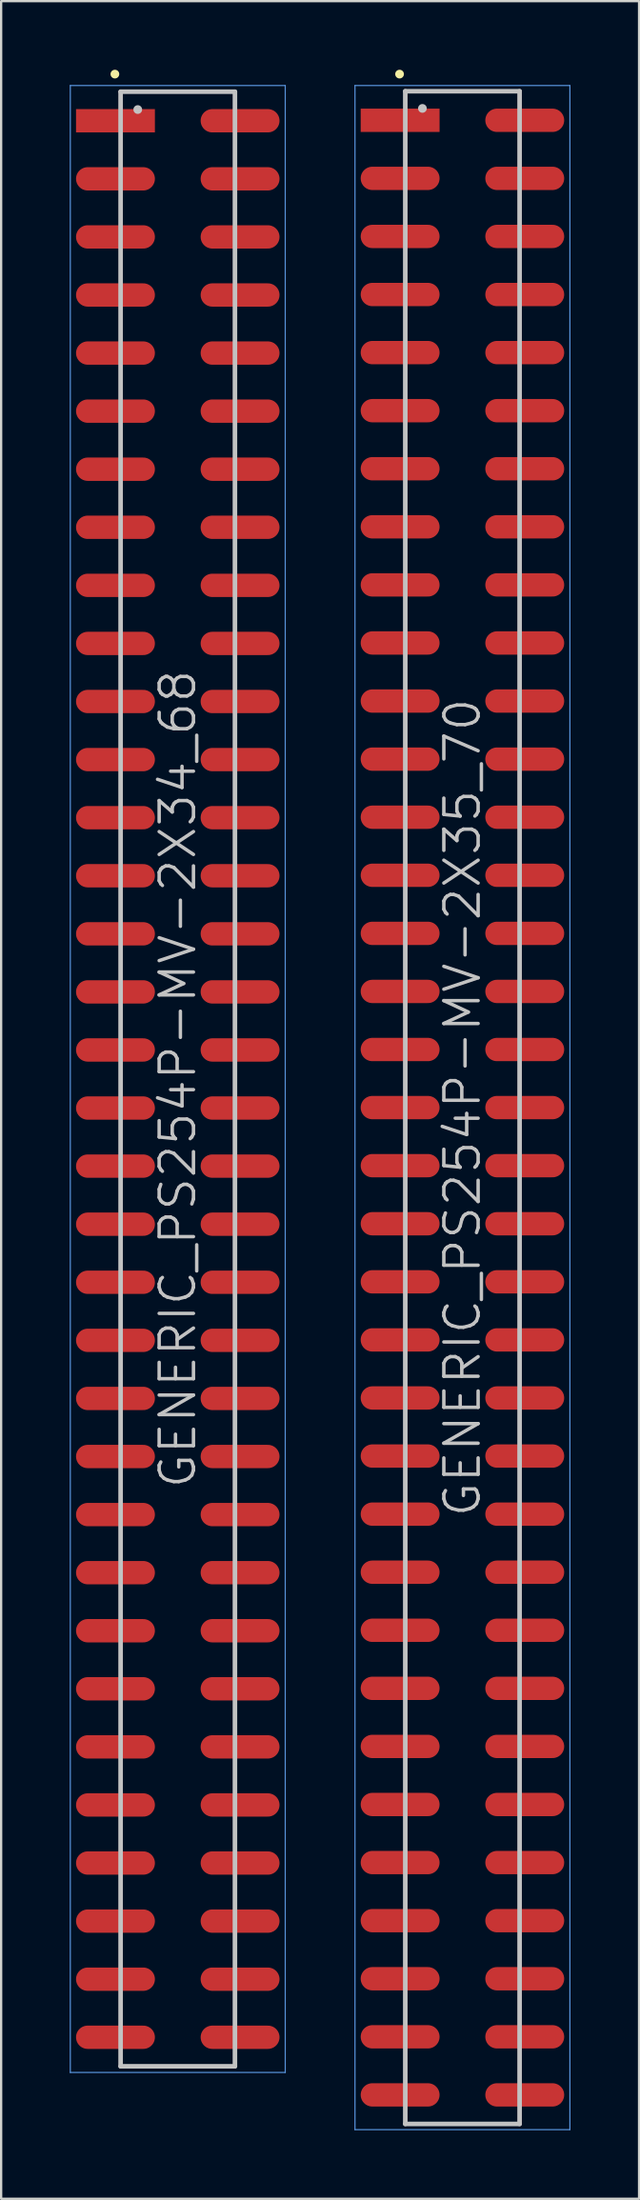
<source format=kicad_pcb>
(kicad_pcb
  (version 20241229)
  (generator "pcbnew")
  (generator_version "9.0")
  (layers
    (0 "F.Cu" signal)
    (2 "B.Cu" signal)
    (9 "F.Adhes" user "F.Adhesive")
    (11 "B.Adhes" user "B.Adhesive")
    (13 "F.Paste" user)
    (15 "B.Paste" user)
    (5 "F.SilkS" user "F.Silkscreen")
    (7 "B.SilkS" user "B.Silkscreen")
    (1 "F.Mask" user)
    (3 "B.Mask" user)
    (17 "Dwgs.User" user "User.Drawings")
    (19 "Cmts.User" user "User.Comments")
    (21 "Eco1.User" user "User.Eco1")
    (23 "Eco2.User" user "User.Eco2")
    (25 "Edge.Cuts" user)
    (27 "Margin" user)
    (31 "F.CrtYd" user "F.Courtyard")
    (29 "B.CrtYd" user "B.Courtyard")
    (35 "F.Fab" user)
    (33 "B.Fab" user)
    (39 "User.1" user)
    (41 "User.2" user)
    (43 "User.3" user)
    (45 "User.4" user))
  (footprint "GENERIC_PS254P-MV-2X35_70"
    (layer "F.Cu")
    (at 17.175 45.391)
    (property "Reference" "GENERIC_PS254P-MV-2X35_70" (at 0 0 90) (layer "Dwgs.User") (effects (font (size 1.5 1.5) (thickness 0.15))))
    (attr smd)
    (fp_line (start -2.75 -45.2) (end -2.75 -45.2) (stroke (width 0.381) (type solid)) (layer "F.SilkS"))
    (fp_line (start -2.5 -44.45) (end -2.5 44.45) (stroke (width 0.2) (type solid)) (layer "Dwgs.User"))
    (fp_line (start -2.5 -44.45) (end 2.5 -44.45) (stroke (width 0.2) (type solid)) (layer "Dwgs.User"))
    (fp_line (start -2.5 44.45) (end 2.5 44.45) (stroke (width 0.2) (type solid)) (layer "Dwgs.User"))
    (fp_line (start -1.75 -43.7) (end -1.75 -43.7) (stroke (width 0.381) (type solid)) (layer "Dwgs.User"))
    (fp_line (start 2.5 -44.45) (end 2.5 44.45) (stroke (width 0.2) (type solid)) (layer "Dwgs.User"))
    (fp_line (start -4.7 -44.7) (end -4.7 44.7) (stroke (width 0.05) (type solid)) (layer "Cmts.User"))
    (fp_line (start -4.7 -44.7) (end 4.7 -44.7) (stroke (width 0.05) (type solid)) (layer "Cmts.User"))
    (fp_line (start -4.7 44.7) (end 4.7 44.7) (stroke (width 0.05) (type solid)) (layer "Cmts.User"))
    (fp_line (start 4.7 -44.7) (end 4.7 44.7) (stroke (width 0.05) (type solid)) (layer "Cmts.User"))
    (pad "1" smd rect (at -2.725 -43.18 270) (size 1.02 3.45) (layers "F.Cu" "F.Mask" "F.Paste"))
    (pad "2" smd oval (at 2.725 -43.18 270) (size 1.02 3.45) (layers "F.Cu" "F.Mask" "F.Paste"))
    (pad "3" smd oval (at -2.725 -40.64 270) (size 1.02 3.45) (layers "F.Cu" "F.Mask" "F.Paste"))
    (pad "4" smd oval (at 2.725 -40.64 270) (size 1.02 3.45) (layers "F.Cu" "F.Mask" "F.Paste"))
    (pad "5" smd oval (at -2.725 -38.1 270) (size 1.02 3.45) (layers "F.Cu" "F.Mask" "F.Paste"))
    (pad "6" smd oval (at 2.725 -38.1 270) (size 1.02 3.45) (layers "F.Cu" "F.Mask" "F.Paste"))
    (pad "7" smd oval (at -2.725 -35.56 270) (size 1.02 3.45) (layers "F.Cu" "F.Mask" "F.Paste"))
    (pad "8" smd oval (at 2.725 -35.56 270) (size 1.02 3.45) (layers "F.Cu" "F.Mask" "F.Paste"))
    (pad "9" smd oval (at -2.725 -33.02 270) (size 1.02 3.45) (layers "F.Cu" "F.Mask" "F.Paste"))
    (pad "10" smd oval (at 2.725 -33.02 270) (size 1.02 3.45) (layers "F.Cu" "F.Mask" "F.Paste"))
    (pad "11" smd oval (at -2.725 -30.48 270) (size 1.02 3.45) (layers "F.Cu" "F.Mask" "F.Paste"))
    (pad "12" smd oval (at 2.725 -30.48 270) (size 1.02 3.45) (layers "F.Cu" "F.Mask" "F.Paste"))
    (pad "13" smd oval (at -2.725 -27.94 270) (size 1.02 3.45) (layers "F.Cu" "F.Mask" "F.Paste"))
    (pad "14" smd oval (at 2.725 -27.94 270) (size 1.02 3.45) (layers "F.Cu" "F.Mask" "F.Paste"))
    (pad "15" smd oval (at -2.725 -25.4 270) (size 1.02 3.45) (layers "F.Cu" "F.Mask" "F.Paste"))
    (pad "16" smd oval (at 2.725 -25.4 270) (size 1.02 3.45) (layers "F.Cu" "F.Mask" "F.Paste"))
    (pad "17" smd oval (at -2.725 -22.86 270) (size 1.02 3.45) (layers "F.Cu" "F.Mask" "F.Paste"))
    (pad "18" smd oval (at 2.725 -22.86 270) (size 1.02 3.45) (layers "F.Cu" "F.Mask" "F.Paste"))
    (pad "19" smd oval (at -2.725 -20.32 270) (size 1.02 3.45) (layers "F.Cu" "F.Mask" "F.Paste"))
    (pad "20" smd oval (at 2.725 -20.32 270) (size 1.02 3.45) (layers "F.Cu" "F.Mask" "F.Paste"))
    (pad "21" smd oval (at -2.725 -17.78 270) (size 1.02 3.45) (layers "F.Cu" "F.Mask" "F.Paste"))
    (pad "22" smd oval (at 2.725 -17.78 270) (size 1.02 3.45) (layers "F.Cu" "F.Mask" "F.Paste"))
    (pad "23" smd oval (at -2.725 -15.24 270) (size 1.02 3.45) (layers "F.Cu" "F.Mask" "F.Paste"))
    (pad "24" smd oval (at 2.725 -15.24 270) (size 1.02 3.45) (layers "F.Cu" "F.Mask" "F.Paste"))
    (pad "25" smd oval (at -2.725 -12.7 270) (size 1.02 3.45) (layers "F.Cu" "F.Mask" "F.Paste"))
    (pad "26" smd oval (at 2.725 -12.7 270) (size 1.02 3.45) (layers "F.Cu" "F.Mask" "F.Paste"))
    (pad "27" smd oval (at -2.725 -10.16 270) (size 1.02 3.45) (layers "F.Cu" "F.Mask" "F.Paste"))
    (pad "28" smd oval (at 2.725 -10.16 270) (size 1.02 3.45) (layers "F.Cu" "F.Mask" "F.Paste"))
    (pad "29" smd oval (at -2.725 -7.62 270) (size 1.02 3.45) (layers "F.Cu" "F.Mask" "F.Paste"))
    (pad "30" smd oval (at 2.725 -7.62 270) (size 1.02 3.45) (layers "F.Cu" "F.Mask" "F.Paste"))
    (pad "31" smd oval (at -2.725 -5.08 270) (size 1.02 3.45) (layers "F.Cu" "F.Mask" "F.Paste"))
    (pad "32" smd oval (at 2.725 -5.08 270) (size 1.02 3.45) (layers "F.Cu" "F.Mask" "F.Paste"))
    (pad "33" smd oval (at -2.725 -2.54 270) (size 1.02 3.45) (layers "F.Cu" "F.Mask" "F.Paste"))
    (pad "34" smd oval (at 2.725 -2.54 270) (size 1.02 3.45) (layers "F.Cu" "F.Mask" "F.Paste"))
    (pad "35" smd oval (at -2.725 0 270) (size 1.02 3.45) (layers "F.Cu" "F.Mask" "F.Paste"))
    (pad "36" smd oval (at 2.725 0 270) (size 1.02 3.45) (layers "F.Cu" "F.Mask" "F.Paste"))
    (pad "37" smd oval (at -2.725 2.54 270) (size 1.02 3.45) (layers "F.Cu" "F.Mask" "F.Paste"))
    (pad "38" smd oval (at 2.725 2.54 270) (size 1.02 3.45) (layers "F.Cu" "F.Mask" "F.Paste"))
    (pad "39" smd oval (at -2.725 5.08 270) (size 1.02 3.45) (layers "F.Cu" "F.Mask" "F.Paste"))
    (pad "40" smd oval (at 2.725 5.08 270) (size 1.02 3.45) (layers "F.Cu" "F.Mask" "F.Paste"))
    (pad "41" smd oval (at -2.725 7.62 270) (size 1.02 3.45) (layers "F.Cu" "F.Mask" "F.Paste"))
    (pad "42" smd oval (at 2.725 7.62 270) (size 1.02 3.45) (layers "F.Cu" "F.Mask" "F.Paste"))
    (pad "43" smd oval (at -2.725 10.16 270) (size 1.02 3.45) (layers "F.Cu" "F.Mask" "F.Paste"))
    (pad "44" smd oval (at 2.725 10.16 270) (size 1.02 3.45) (layers "F.Cu" "F.Mask" "F.Paste"))
    (pad "45" smd oval (at -2.725 12.7 270) (size 1.02 3.45) (layers "F.Cu" "F.Mask" "F.Paste"))
    (pad "46" smd oval (at 2.725 12.7 270) (size 1.02 3.45) (layers "F.Cu" "F.Mask" "F.Paste"))
    (pad "47" smd oval (at -2.725 15.24 270) (size 1.02 3.45) (layers "F.Cu" "F.Mask" "F.Paste"))
    (pad "48" smd oval (at 2.725 15.24 270) (size 1.02 3.45) (layers "F.Cu" "F.Mask" "F.Paste"))
    (pad "49" smd oval (at -2.725 17.78 270) (size 1.02 3.45) (layers "F.Cu" "F.Mask" "F.Paste"))
    (pad "50" smd oval (at 2.725 17.78 270) (size 1.02 3.45) (layers "F.Cu" "F.Mask" "F.Paste"))
    (pad "51" smd oval (at -2.725 20.32 270) (size 1.02 3.45) (layers "F.Cu" "F.Mask" "F.Paste"))
    (pad "52" smd oval (at 2.725 20.32 270) (size 1.02 3.45) (layers "F.Cu" "F.Mask" "F.Paste"))
    (pad "53" smd oval (at -2.725 22.86 270) (size 1.02 3.45) (layers "F.Cu" "F.Mask" "F.Paste"))
    (pad "54" smd oval (at 2.725 22.86 270) (size 1.02 3.45) (layers "F.Cu" "F.Mask" "F.Paste"))
    (pad "55" smd oval (at -2.725 25.4 270) (size 1.02 3.45) (layers "F.Cu" "F.Mask" "F.Paste"))
    (pad "56" smd oval (at 2.725 25.4 270) (size 1.02 3.45) (layers "F.Cu" "F.Mask" "F.Paste"))
    (pad "57" smd oval (at -2.725 27.94 270) (size 1.02 3.45) (layers "F.Cu" "F.Mask" "F.Paste"))
    (pad "58" smd oval (at 2.725 27.94 270) (size 1.02 3.45) (layers "F.Cu" "F.Mask" "F.Paste"))
    (pad "59" smd oval (at -2.725 30.48 270) (size 1.02 3.45) (layers "F.Cu" "F.Mask" "F.Paste"))
    (pad "60" smd oval (at 2.725 30.48 270) (size 1.02 3.45) (layers "F.Cu" "F.Mask" "F.Paste"))
    (pad "61" smd oval (at -2.725 33.02 270) (size 1.02 3.45) (layers "F.Cu" "F.Mask" "F.Paste"))
    (pad "62" smd oval (at 2.725 33.02 270) (size 1.02 3.45) (layers "F.Cu" "F.Mask" "F.Paste"))
    (pad "63" smd oval (at -2.725 35.56 270) (size 1.02 3.45) (layers "F.Cu" "F.Mask" "F.Paste"))
    (pad "64" smd oval (at 2.725 35.56 270) (size 1.02 3.45) (layers "F.Cu" "F.Mask" "F.Paste"))
    (pad "65" smd oval (at -2.725 38.1 270) (size 1.02 3.45) (layers "F.Cu" "F.Mask" "F.Paste"))
    (pad "66" smd oval (at 2.725 38.1 270) (size 1.02 3.45) (layers "F.Cu" "F.Mask" "F.Paste"))
    (pad "67" smd oval (at -2.725 40.64 270) (size 1.02 3.45) (layers "F.Cu" "F.Mask" "F.Paste"))
    (pad "68" smd oval (at 2.725 40.64 270) (size 1.02 3.45) (layers "F.Cu" "F.Mask" "F.Paste"))
    (pad "69" smd oval (at -2.725 43.18 270) (size 1.02 3.45) (layers "F.Cu" "F.Mask" "F.Paste"))
    (pad "70" smd oval (at 2.725 43.18 270) (size 1.02 3.45) (layers "F.Cu" "F.Mask" "F.Paste")))
  (footprint "GENERIC_PS254P-MV-2X34_68"
    (layer "F.Cu")
    (at 4.725 44.141)
    (property "Reference" "GENERIC_PS254P-MV-2X34_68" (at 0 0 90) (layer "Dwgs.User") (effects (font (size 1.5 1.5) (thickness 0.15))))
    (attr smd)
    (fp_line (start -2.75 -43.95) (end -2.75 -43.95) (stroke (width 0.381) (type solid)) (layer "F.SilkS"))
    (fp_line (start -2.5 -43.18) (end -2.5 43.18) (stroke (width 0.2) (type solid)) (layer "Dwgs.User"))
    (fp_line (start -2.5 -43.18) (end 2.5 -43.18) (stroke (width 0.2) (type solid)) (layer "Dwgs.User"))
    (fp_line (start -2.5 43.18) (end 2.5 43.18) (stroke (width 0.2) (type solid)) (layer "Dwgs.User"))
    (fp_line (start -1.75 -42.4) (end -1.75 -42.4) (stroke (width 0.381) (type solid)) (layer "Dwgs.User"))
    (fp_line (start 2.5 -43.18) (end 2.5 43.18) (stroke (width 0.2) (type solid)) (layer "Dwgs.User"))
    (fp_line (start -4.7 -43.45) (end -4.7 43.45) (stroke (width 0.05) (type solid)) (layer "Cmts.User"))
    (fp_line (start -4.7 -43.45) (end 4.7 -43.45) (stroke (width 0.05) (type solid)) (layer "Cmts.User"))
    (fp_line (start -4.7 43.45) (end 4.7 43.45) (stroke (width 0.05) (type solid)) (layer "Cmts.User"))
    (fp_line (start 4.7 -43.45) (end 4.7 43.45) (stroke (width 0.05) (type solid)) (layer "Cmts.User"))
    (pad "1" smd rect (at -2.725 -41.91 270) (size 1.02 3.45) (layers "F.Cu" "F.Mask" "F.Paste"))
    (pad "2" smd oval (at 2.725 -41.91 270) (size 1.02 3.45) (layers "F.Cu" "F.Mask" "F.Paste"))
    (pad "3" smd oval (at -2.725 -39.37 270) (size 1.02 3.45) (layers "F.Cu" "F.Mask" "F.Paste"))
    (pad "4" smd oval (at 2.725 -39.37 270) (size 1.02 3.45) (layers "F.Cu" "F.Mask" "F.Paste"))
    (pad "5" smd oval (at -2.725 -36.83 270) (size 1.02 3.45) (layers "F.Cu" "F.Mask" "F.Paste"))
    (pad "6" smd oval (at 2.725 -36.83 270) (size 1.02 3.45) (layers "F.Cu" "F.Mask" "F.Paste"))
    (pad "7" smd oval (at -2.725 -34.29 270) (size 1.02 3.45) (layers "F.Cu" "F.Mask" "F.Paste"))
    (pad "8" smd oval (at 2.725 -34.29 270) (size 1.02 3.45) (layers "F.Cu" "F.Mask" "F.Paste"))
    (pad "9" smd oval (at -2.725 -31.75 270) (size 1.02 3.45) (layers "F.Cu" "F.Mask" "F.Paste"))
    (pad "10" smd oval (at 2.725 -31.75 270) (size 1.02 3.45) (layers "F.Cu" "F.Mask" "F.Paste"))
    (pad "11" smd oval (at -2.725 -29.21 270) (size 1.02 3.45) (layers "F.Cu" "F.Mask" "F.Paste"))
    (pad "12" smd oval (at 2.725 -29.21 270) (size 1.02 3.45) (layers "F.Cu" "F.Mask" "F.Paste"))
    (pad "13" smd oval (at -2.725 -26.67 270) (size 1.02 3.45) (layers "F.Cu" "F.Mask" "F.Paste"))
    (pad "14" smd oval (at 2.725 -26.67 270) (size 1.02 3.45) (layers "F.Cu" "F.Mask" "F.Paste"))
    (pad "15" smd oval (at -2.725 -24.13 270) (size 1.02 3.45) (layers "F.Cu" "F.Mask" "F.Paste"))
    (pad "16" smd oval (at 2.725 -24.13 270) (size 1.02 3.45) (layers "F.Cu" "F.Mask" "F.Paste"))
    (pad "17" smd oval (at -2.725 -21.59 270) (size 1.02 3.45) (layers "F.Cu" "F.Mask" "F.Paste"))
    (pad "18" smd oval (at 2.725 -21.59 270) (size 1.02 3.45) (layers "F.Cu" "F.Mask" "F.Paste"))
    (pad "19" smd oval (at -2.725 -19.05 270) (size 1.02 3.45) (layers "F.Cu" "F.Mask" "F.Paste"))
    (pad "20" smd oval (at 2.725 -19.05 270) (size 1.02 3.45) (layers "F.Cu" "F.Mask" "F.Paste"))
    (pad "21" smd oval (at -2.725 -16.51 270) (size 1.02 3.45) (layers "F.Cu" "F.Mask" "F.Paste"))
    (pad "22" smd oval (at 2.725 -16.51 270) (size 1.02 3.45) (layers "F.Cu" "F.Mask" "F.Paste"))
    (pad "23" smd oval (at -2.725 -13.97 270) (size 1.02 3.45) (layers "F.Cu" "F.Mask" "F.Paste"))
    (pad "24" smd oval (at 2.725 -13.97 270) (size 1.02 3.45) (layers "F.Cu" "F.Mask" "F.Paste"))
    (pad "25" smd oval (at -2.725 -11.43 270) (size 1.02 3.45) (layers "F.Cu" "F.Mask" "F.Paste"))
    (pad "26" smd oval (at 2.725 -11.43 270) (size 1.02 3.45) (layers "F.Cu" "F.Mask" "F.Paste"))
    (pad "27" smd oval (at -2.725 -8.89 270) (size 1.02 3.45) (layers "F.Cu" "F.Mask" "F.Paste"))
    (pad "28" smd oval (at 2.725 -8.89 270) (size 1.02 3.45) (layers "F.Cu" "F.Mask" "F.Paste"))
    (pad "29" smd oval (at -2.725 -6.35 270) (size 1.02 3.45) (layers "F.Cu" "F.Mask" "F.Paste"))
    (pad "30" smd oval (at 2.725 -6.35 270) (size 1.02 3.45) (layers "F.Cu" "F.Mask" "F.Paste"))
    (pad "31" smd oval (at -2.725 -3.81 270) (size 1.02 3.45) (layers "F.Cu" "F.Mask" "F.Paste"))
    (pad "32" smd oval (at 2.725 -3.81 270) (size 1.02 3.45) (layers "F.Cu" "F.Mask" "F.Paste"))
    (pad "33" smd oval (at -2.725 -1.27 270) (size 1.02 3.45) (layers "F.Cu" "F.Mask" "F.Paste"))
    (pad "34" smd oval (at 2.725 -1.27 270) (size 1.02 3.45) (layers "F.Cu" "F.Mask" "F.Paste"))
    (pad "35" smd oval (at -2.725 1.27 270) (size 1.02 3.45) (layers "F.Cu" "F.Mask" "F.Paste"))
    (pad "36" smd oval (at 2.725 1.27 270) (size 1.02 3.45) (layers "F.Cu" "F.Mask" "F.Paste"))
    (pad "37" smd oval (at -2.725 3.81 270) (size 1.02 3.45) (layers "F.Cu" "F.Mask" "F.Paste"))
    (pad "38" smd oval (at 2.725 3.81 270) (size 1.02 3.45) (layers "F.Cu" "F.Mask" "F.Paste"))
    (pad "39" smd oval (at -2.725 6.35 270) (size 1.02 3.45) (layers "F.Cu" "F.Mask" "F.Paste"))
    (pad "40" smd oval (at 2.725 6.35 270) (size 1.02 3.45) (layers "F.Cu" "F.Mask" "F.Paste"))
    (pad "41" smd oval (at -2.725 8.89 270) (size 1.02 3.45) (layers "F.Cu" "F.Mask" "F.Paste"))
    (pad "42" smd oval (at 2.725 8.89 270) (size 1.02 3.45) (layers "F.Cu" "F.Mask" "F.Paste"))
    (pad "43" smd oval (at -2.725 11.43 270) (size 1.02 3.45) (layers "F.Cu" "F.Mask" "F.Paste"))
    (pad "44" smd oval (at 2.725 11.43 270) (size 1.02 3.45) (layers "F.Cu" "F.Mask" "F.Paste"))
    (pad "45" smd oval (at -2.725 13.97 270) (size 1.02 3.45) (layers "F.Cu" "F.Mask" "F.Paste"))
    (pad "46" smd oval (at 2.725 13.97 270) (size 1.02 3.45) (layers "F.Cu" "F.Mask" "F.Paste"))
    (pad "47" smd oval (at -2.725 16.51 270) (size 1.02 3.45) (layers "F.Cu" "F.Mask" "F.Paste"))
    (pad "48" smd oval (at 2.725 16.51 270) (size 1.02 3.45) (layers "F.Cu" "F.Mask" "F.Paste"))
    (pad "49" smd oval (at -2.725 19.05 270) (size 1.02 3.45) (layers "F.Cu" "F.Mask" "F.Paste"))
    (pad "50" smd oval (at 2.725 19.05 270) (size 1.02 3.45) (layers "F.Cu" "F.Mask" "F.Paste"))
    (pad "51" smd oval (at -2.725 21.59 270) (size 1.02 3.45) (layers "F.Cu" "F.Mask" "F.Paste"))
    (pad "52" smd oval (at 2.725 21.59 270) (size 1.02 3.45) (layers "F.Cu" "F.Mask" "F.Paste"))
    (pad "53" smd oval (at -2.725 24.13 270) (size 1.02 3.45) (layers "F.Cu" "F.Mask" "F.Paste"))
    (pad "54" smd oval (at 2.725 24.13 270) (size 1.02 3.45) (layers "F.Cu" "F.Mask" "F.Paste"))
    (pad "55" smd oval (at -2.725 26.67 270) (size 1.02 3.45) (layers "F.Cu" "F.Mask" "F.Paste"))
    (pad "56" smd oval (at 2.725 26.67 270) (size 1.02 3.45) (layers "F.Cu" "F.Mask" "F.Paste"))
    (pad "57" smd oval (at -2.725 29.21 270) (size 1.02 3.45) (layers "F.Cu" "F.Mask" "F.Paste"))
    (pad "58" smd oval (at 2.725 29.21 270) (size 1.02 3.45) (layers "F.Cu" "F.Mask" "F.Paste"))
    (pad "59" smd oval (at -2.725 31.75 270) (size 1.02 3.45) (layers "F.Cu" "F.Mask" "F.Paste"))
    (pad "60" smd oval (at 2.725 31.75 270) (size 1.02 3.45) (layers "F.Cu" "F.Mask" "F.Paste"))
    (pad "61" smd oval (at -2.725 34.29 270) (size 1.02 3.45) (layers "F.Cu" "F.Mask" "F.Paste"))
    (pad "62" smd oval (at 2.725 34.29 270) (size 1.02 3.45) (layers "F.Cu" "F.Mask" "F.Paste"))
    (pad "63" smd oval (at -2.725 36.83 270) (size 1.02 3.45) (layers "F.Cu" "F.Mask" "F.Paste"))
    (pad "64" smd oval (at 2.725 36.83 270) (size 1.02 3.45) (layers "F.Cu" "F.Mask" "F.Paste"))
    (pad "65" smd oval (at -2.725 39.37 270) (size 1.02 3.45) (layers "F.Cu" "F.Mask" "F.Paste"))
    (pad "66" smd oval (at 2.725 39.37 270) (size 1.02 3.45) (layers "F.Cu" "F.Mask" "F.Paste"))
    (pad "67" smd oval (at -2.725 41.91 270) (size 1.02 3.45) (layers "F.Cu" "F.Mask" "F.Paste"))
    (pad "68" smd oval (at 2.725 41.91 270) (size 1.02 3.45) (layers "F.Cu" "F.Mask" "F.Paste")))
  (gr_rect
    (start -3 -3)
    (end 24.9 93.115)
    (stroke (width 0.1) (type default))
    (fill no)
    (layer "Edge.Cuts")))
</source>
